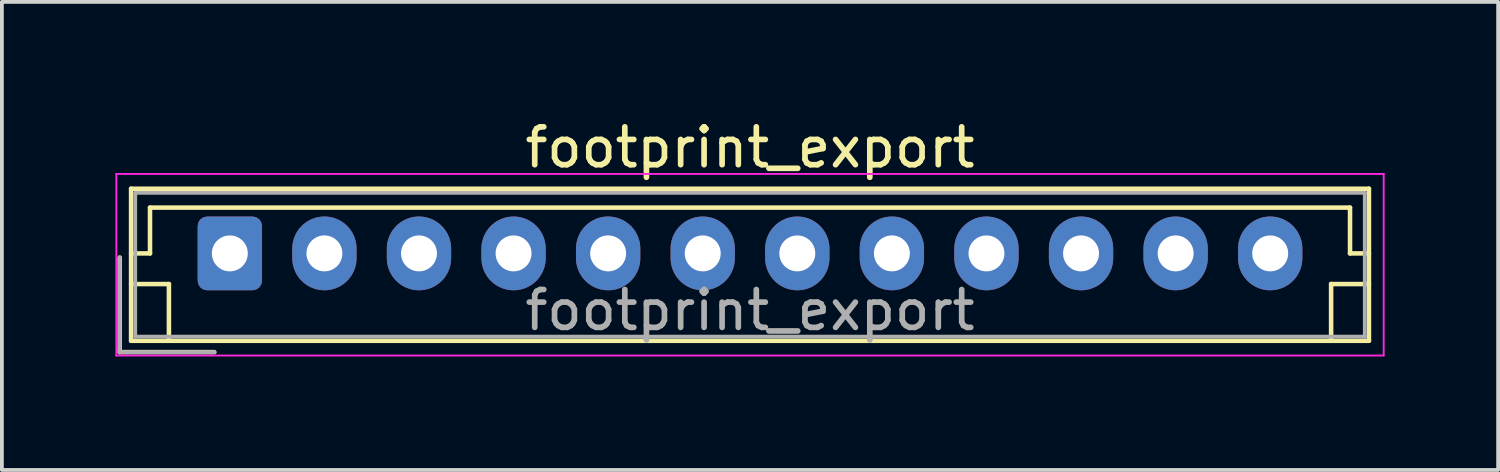
<source format=kicad_pcb>
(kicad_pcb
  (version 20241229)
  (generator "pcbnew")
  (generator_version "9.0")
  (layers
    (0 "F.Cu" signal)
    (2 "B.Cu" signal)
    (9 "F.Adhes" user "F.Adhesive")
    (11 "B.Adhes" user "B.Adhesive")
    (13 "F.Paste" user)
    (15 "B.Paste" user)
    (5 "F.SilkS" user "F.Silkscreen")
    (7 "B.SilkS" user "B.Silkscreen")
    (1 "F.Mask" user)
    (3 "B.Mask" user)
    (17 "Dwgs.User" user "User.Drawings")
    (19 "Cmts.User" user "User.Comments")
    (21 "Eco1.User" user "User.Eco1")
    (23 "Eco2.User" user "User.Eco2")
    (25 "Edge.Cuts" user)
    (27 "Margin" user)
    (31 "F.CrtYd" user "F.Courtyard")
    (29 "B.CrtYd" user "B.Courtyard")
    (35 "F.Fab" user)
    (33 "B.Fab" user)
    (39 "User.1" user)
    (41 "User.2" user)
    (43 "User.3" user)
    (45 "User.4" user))
  (footprint "footprint_export"
    (layer "F.Cu")
    (at 3.025 3.648)
    (property "Reference" "footprint_export" (at 13.75 -2.8 0) (layer "F.SilkS") (effects (font (size 1 1) (thickness 0.15))))
    (attr through_hole)
    (fp_line (start -2.91 0.11) (end -2.91 2.61) (stroke (width 0.12) (type solid)) (layer "F.SilkS"))
    (fp_line (start -2.91 2.61) (end -0.41 2.61) (stroke (width 0.12) (type solid)) (layer "F.SilkS"))
    (fp_line (start -2.61 -1.71) (end -2.61 2.31) (stroke (width 0.12) (type solid)) (layer "F.SilkS"))
    (fp_line (start -2.61 0) (end -2.11 0) (stroke (width 0.12) (type solid)) (layer "F.SilkS"))
    (fp_line (start -2.61 0.81) (end -1.61 0.81) (stroke (width 0.12) (type solid)) (layer "F.SilkS"))
    (fp_line (start -2.61 2.31) (end 30.11 2.31) (stroke (width 0.12) (type solid)) (layer "F.SilkS"))
    (fp_line (start -2.11 -1.21) (end 29.61 -1.21) (stroke (width 0.12) (type solid)) (layer "F.SilkS"))
    (fp_line (start -2.11 0) (end -2.11 -1.21) (stroke (width 0.12) (type solid)) (layer "F.SilkS"))
    (fp_line (start -1.61 0.81) (end -1.61 2.31) (stroke (width 0.12) (type solid)) (layer "F.SilkS"))
    (fp_line (start 29.11 0.81) (end 29.11 2.31) (stroke (width 0.12) (type solid)) (layer "F.SilkS"))
    (fp_line (start 29.61 -1.21) (end 29.61 0) (stroke (width 0.12) (type solid)) (layer "F.SilkS"))
    (fp_line (start 29.61 0) (end 30.11 0) (stroke (width 0.12) (type solid)) (layer "F.SilkS"))
    (fp_line (start 30.11 -1.71) (end -2.61 -1.71) (stroke (width 0.12) (type solid)) (layer "F.SilkS"))
    (fp_line (start 30.11 0.81) (end 29.11 0.81) (stroke (width 0.12) (type solid)) (layer "F.SilkS"))
    (fp_line (start 30.11 2.31) (end 30.11 -1.71) (stroke (width 0.12) (type solid)) (layer "F.SilkS"))
    (fp_line (start -3 -2.1) (end -3 2.7) (stroke (width 0.05) (type solid)) (layer "F.CrtYd"))
    (fp_line (start -3 2.7) (end 30.5 2.7) (stroke (width 0.05) (type solid)) (layer "F.CrtYd"))
    (fp_line (start 30.5 -2.1) (end -3 -2.1) (stroke (width 0.05) (type solid)) (layer "F.CrtYd"))
    (fp_line (start 30.5 2.7) (end 30.5 -2.1) (stroke (width 0.05) (type solid)) (layer "F.CrtYd"))
    (fp_line (start -2.91 0.11) (end -2.91 2.61) (stroke (width 0.1) (type solid)) (layer "F.Fab"))
    (fp_line (start -2.91 2.61) (end -0.41 2.61) (stroke (width 0.1) (type solid)) (layer "F.Fab"))
    (fp_line (start -2.5 -1.6) (end -2.5 2.2) (stroke (width 0.1) (type solid)) (layer "F.Fab"))
    (fp_line (start -2.5 2.2) (end 30 2.2) (stroke (width 0.1) (type solid)) (layer "F.Fab"))
    (fp_line (start 30 -1.6) (end -2.5 -1.6) (stroke (width 0.1) (type solid)) (layer "F.Fab"))
    (fp_line (start 30 2.2) (end 30 -1.6) (stroke (width 0.1) (type solid)) (layer "F.Fab"))
    (fp_text user "${REFERENCE}" (at 13.75 1.5 0) (layer "F.Fab") (effects (font (size 1 1) (thickness 0.15))))
    (pad "1" thru_hole roundrect (at 0 0) (size 1.7 1.95) (drill 0.95) (layers "*.Cu" "*.Mask") (roundrect_rratio 0.147))
    (pad "2" thru_hole oval (at 2.5 0) (size 1.7 1.95) (drill 0.95) (layers "*.Cu" "*.Mask"))
    (pad "3" thru_hole oval (at 5 0) (size 1.7 1.95) (drill 0.95) (layers "*.Cu" "*.Mask"))
    (pad "4" thru_hole oval (at 7.5 0) (size 1.7 1.95) (drill 0.95) (layers "*.Cu" "*.Mask"))
    (pad "5" thru_hole oval (at 10 0) (size 1.7 1.95) (drill 0.95) (layers "*.Cu" "*.Mask"))
    (pad "6" thru_hole oval (at 12.5 0) (size 1.7 1.95) (drill 0.95) (layers "*.Cu" "*.Mask"))
    (pad "7" thru_hole oval (at 15 0) (size 1.7 1.95) (drill 0.95) (layers "*.Cu" "*.Mask"))
    (pad "8" thru_hole oval (at 17.5 0) (size 1.7 1.95) (drill 0.95) (layers "*.Cu" "*.Mask"))
    (pad "9" thru_hole oval (at 20 0) (size 1.7 1.95) (drill 0.95) (layers "*.Cu" "*.Mask"))
    (pad "10" thru_hole oval (at 22.5 0) (size 1.7 1.95) (drill 0.95) (layers "*.Cu" "*.Mask"))
    (pad "11" thru_hole oval (at 25 0) (size 1.7 1.95) (drill 0.95) (layers "*.Cu" "*.Mask"))
    (pad "12" thru_hole oval (at 27.5 0) (size 1.7 1.95) (drill 0.95) (layers "*.Cu" "*.Mask")))
  (gr_rect
    (start -3 -3)
    (end 36.55 9.373)
    (stroke (width 0.1) (type default))
    (fill no)
    (layer "Edge.Cuts")))
</source>
